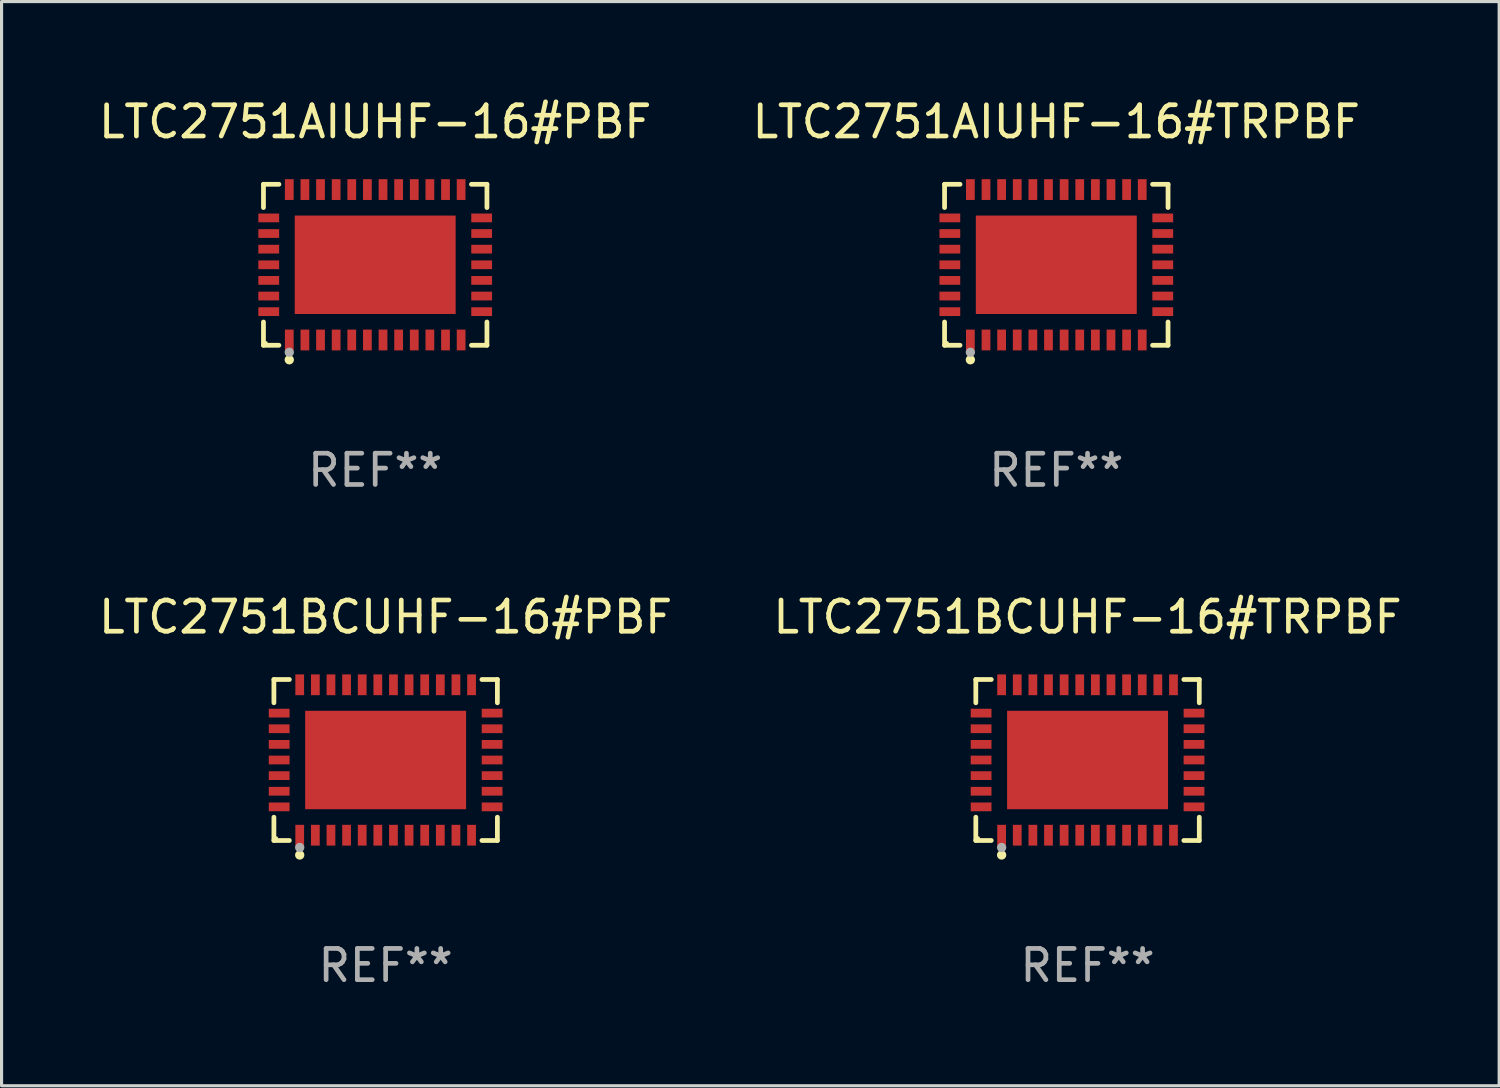
<source format=kicad_pcb>
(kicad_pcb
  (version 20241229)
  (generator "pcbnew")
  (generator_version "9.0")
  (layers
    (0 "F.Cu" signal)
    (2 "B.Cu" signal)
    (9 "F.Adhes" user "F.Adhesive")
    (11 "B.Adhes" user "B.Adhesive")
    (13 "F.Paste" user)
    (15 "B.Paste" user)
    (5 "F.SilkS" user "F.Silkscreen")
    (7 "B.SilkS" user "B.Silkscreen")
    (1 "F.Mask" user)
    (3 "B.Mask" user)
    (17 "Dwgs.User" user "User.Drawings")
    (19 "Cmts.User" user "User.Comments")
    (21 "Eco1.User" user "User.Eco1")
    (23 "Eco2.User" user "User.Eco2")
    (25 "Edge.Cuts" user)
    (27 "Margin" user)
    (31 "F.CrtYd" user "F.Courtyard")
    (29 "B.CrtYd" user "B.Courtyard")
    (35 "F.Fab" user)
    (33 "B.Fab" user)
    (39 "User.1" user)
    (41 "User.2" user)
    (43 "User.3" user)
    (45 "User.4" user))
  (footprint "LTC2751BCUHF-16#PBF"
    (layer "F.Cu")
    (at 9.292 21.273)
    (property "Reference" "LTC2751BCUHF-16#PBF" (at 0 -4.576 0) (layer "F.SilkS") (effects (font (size 1 1) (thickness 0.15))))
    (attr through_hole)
    (fp_line (start -3.576 -2.576) (end -3.081 -2.576) (stroke (width 0.152) (type solid)) (layer "F.SilkS"))
    (fp_line (start -3.576 -1.831) (end -3.576 -2.576) (stroke (width 0.152) (type solid)) (layer "F.SilkS"))
    (fp_line (start -3.576 1.831) (end -3.576 2.576) (stroke (width 0.152) (type solid)) (layer "F.SilkS"))
    (fp_line (start -3.576 2.576) (end -3.081 2.576) (stroke (width 0.152) (type solid)) (layer "F.SilkS"))
    (fp_line (start 3.576 -2.576) (end 3.081 -2.576) (stroke (width 0.152) (type solid)) (layer "F.SilkS"))
    (fp_line (start 3.576 -1.831) (end 3.576 -2.576) (stroke (width 0.152) (type solid)) (layer "F.SilkS"))
    (fp_line (start 3.576 1.831) (end 3.576 2.576) (stroke (width 0.152) (type solid)) (layer "F.SilkS"))
    (fp_line (start 3.576 2.576) (end 3.081 2.576) (stroke (width 0.152) (type solid)) (layer "F.SilkS"))
    (fp_circle (center -3.5 2.5) (end -3.47 2.5) (stroke (width 0.06) (type solid)) (fill no) (layer "F.SilkS"))
    (fp_circle (center -2.75 3.04) (end -2.675 3.04) (stroke (width 0.15) (type solid)) (fill no) (layer "F.SilkS"))
    (fp_circle (center -2.75 2.8) (end -2.675 2.8) (stroke (width 0.15) (type solid)) (fill no) (layer "F.Fab"))
    (fp_text user "REF**" (at 0 6.576 0) (layer "F.Fab") (effects (font (size 1 1) (thickness 0.15))))
    (pad "1" smd rect (at -2.75 2.407) (size 0.28 0.665) (layers "F.Cu" "F.Mask" "F.Paste"))
    (pad "2" smd rect (at -2.25 2.407) (size 0.28 0.665) (layers "F.Cu" "F.Mask" "F.Paste"))
    (pad "3" smd rect (at -1.75 2.407) (size 0.28 0.665) (layers "F.Cu" "F.Mask" "F.Paste"))
    (pad "4" smd rect (at -1.25 2.407) (size 0.28 0.665) (layers "F.Cu" "F.Mask" "F.Paste"))
    (pad "5" smd rect (at -0.75 2.407) (size 0.28 0.665) (layers "F.Cu" "F.Mask" "F.Paste"))
    (pad "6" smd rect (at -0.25 2.407) (size 0.28 0.665) (layers "F.Cu" "F.Mask" "F.Paste"))
    (pad "7" smd rect (at 0.25 2.407) (size 0.28 0.665) (layers "F.Cu" "F.Mask" "F.Paste"))
    (pad "8" smd rect (at 0.75 2.407) (size 0.28 0.665) (layers "F.Cu" "F.Mask" "F.Paste"))
    (pad "9" smd rect (at 1.25 2.407) (size 0.28 0.665) (layers "F.Cu" "F.Mask" "F.Paste"))
    (pad "10" smd rect (at 1.75 2.407) (size 0.28 0.665) (layers "F.Cu" "F.Mask" "F.Paste"))
    (pad "11" smd rect (at 2.25 2.407) (size 0.28 0.665) (layers "F.Cu" "F.Mask" "F.Paste"))
    (pad "12" smd rect (at 2.75 2.407) (size 0.28 0.665) (layers "F.Cu" "F.Mask" "F.Paste"))
    (pad "13" smd rect (at 3.407 1.5) (size 0.665 0.28) (layers "F.Cu" "F.Mask" "F.Paste"))
    (pad "14" smd rect (at 3.407 1) (size 0.665 0.28) (layers "F.Cu" "F.Mask" "F.Paste"))
    (pad "15" smd rect (at 3.407 0.5) (size 0.665 0.28) (layers "F.Cu" "F.Mask" "F.Paste"))
    (pad "16" smd rect (at 3.407 0) (size 0.665 0.28) (layers "F.Cu" "F.Mask" "F.Paste"))
    (pad "17" smd rect (at 3.407 -0.5) (size 0.665 0.28) (layers "F.Cu" "F.Mask" "F.Paste"))
    (pad "18" smd rect (at 3.407 -1) (size 0.665 0.28) (layers "F.Cu" "F.Mask" "F.Paste"))
    (pad "19" smd rect (at 3.407 -1.5) (size 0.665 0.28) (layers "F.Cu" "F.Mask" "F.Paste"))
    (pad "20" smd rect (at 2.75 -2.407) (size 0.28 0.665) (layers "F.Cu" "F.Mask" "F.Paste"))
    (pad "21" smd rect (at 2.25 -2.407) (size 0.28 0.665) (layers "F.Cu" "F.Mask" "F.Paste"))
    (pad "22" smd rect (at 1.75 -2.407) (size 0.28 0.665) (layers "F.Cu" "F.Mask" "F.Paste"))
    (pad "23" smd rect (at 1.25 -2.407) (size 0.28 0.665) (layers "F.Cu" "F.Mask" "F.Paste"))
    (pad "24" smd rect (at 0.75 -2.407) (size 0.28 0.665) (layers "F.Cu" "F.Mask" "F.Paste"))
    (pad "25" smd rect (at 0.25 -2.407) (size 0.28 0.665) (layers "F.Cu" "F.Mask" "F.Paste"))
    (pad "26" smd rect (at -0.25 -2.407) (size 0.28 0.665) (layers "F.Cu" "F.Mask" "F.Paste"))
    (pad "27" smd rect (at -0.75 -2.407) (size 0.28 0.665) (layers "F.Cu" "F.Mask" "F.Paste"))
    (pad "28" smd rect (at -1.25 -2.407) (size 0.28 0.665) (layers "F.Cu" "F.Mask" "F.Paste"))
    (pad "29" smd rect (at -1.75 -2.407) (size 0.28 0.665) (layers "F.Cu" "F.Mask" "F.Paste"))
    (pad "30" smd rect (at -2.25 -2.407) (size 0.28 0.665) (layers "F.Cu" "F.Mask" "F.Paste"))
    (pad "31" smd rect (at -2.75 -2.407) (size 0.28 0.665) (layers "F.Cu" "F.Mask" "F.Paste"))
    (pad "32" smd rect (at -3.407 -1.5) (size 0.665 0.28) (layers "F.Cu" "F.Mask" "F.Paste"))
    (pad "33" smd rect (at -3.407 -1) (size 0.665 0.28) (layers "F.Cu" "F.Mask" "F.Paste"))
    (pad "34" smd rect (at -3.407 -0.5) (size 0.665 0.28) (layers "F.Cu" "F.Mask" "F.Paste"))
    (pad "35" smd rect (at -3.407 0) (size 0.665 0.28) (layers "F.Cu" "F.Mask" "F.Paste"))
    (pad "36" smd rect (at -3.407 0.5) (size 0.665 0.28) (layers "F.Cu" "F.Mask" "F.Paste"))
    (pad "37" smd rect (at -3.407 1) (size 0.665 0.28) (layers "F.Cu" "F.Mask" "F.Paste"))
    (pad "38" smd rect (at -3.407 1.5) (size 0.665 0.28) (layers "F.Cu" "F.Mask" "F.Paste"))
    (pad "39" smd rect (at 0 0) (size 5.15 3.15) (layers "F.Cu" "F.Mask" "F.Paste")))
  (footprint "LTC2751BCUHF-16#TRPBF"
    (layer "F.Cu")
    (at 31.756 21.273)
    (property "Reference" "LTC2751BCUHF-16#TRPBF" (at 0 -4.576 0) (layer "F.SilkS") (effects (font (size 1 1) (thickness 0.15))))
    (attr through_hole)
    (fp_line (start -3.576 -2.576) (end -3.081 -2.576) (stroke (width 0.152) (type solid)) (layer "F.SilkS"))
    (fp_line (start -3.576 -1.831) (end -3.576 -2.576) (stroke (width 0.152) (type solid)) (layer "F.SilkS"))
    (fp_line (start -3.576 1.831) (end -3.576 2.576) (stroke (width 0.152) (type solid)) (layer "F.SilkS"))
    (fp_line (start -3.576 2.576) (end -3.081 2.576) (stroke (width 0.152) (type solid)) (layer "F.SilkS"))
    (fp_line (start 3.576 -2.576) (end 3.081 -2.576) (stroke (width 0.152) (type solid)) (layer "F.SilkS"))
    (fp_line (start 3.576 -1.831) (end 3.576 -2.576) (stroke (width 0.152) (type solid)) (layer "F.SilkS"))
    (fp_line (start 3.576 1.831) (end 3.576 2.576) (stroke (width 0.152) (type solid)) (layer "F.SilkS"))
    (fp_line (start 3.576 2.576) (end 3.081 2.576) (stroke (width 0.152) (type solid)) (layer "F.SilkS"))
    (fp_circle (center -3.5 2.5) (end -3.47 2.5) (stroke (width 0.06) (type solid)) (fill no) (layer "F.SilkS"))
    (fp_circle (center -2.75 3.04) (end -2.675 3.04) (stroke (width 0.15) (type solid)) (fill no) (layer "F.SilkS"))
    (fp_circle (center -2.75 2.8) (end -2.675 2.8) (stroke (width 0.15) (type solid)) (fill no) (layer "F.Fab"))
    (fp_text user "REF**" (at 0 6.576 0) (layer "F.Fab") (effects (font (size 1 1) (thickness 0.15))))
    (pad "1" smd rect (at -2.75 2.407) (size 0.28 0.665) (layers "F.Cu" "F.Mask" "F.Paste"))
    (pad "2" smd rect (at -2.25 2.407) (size 0.28 0.665) (layers "F.Cu" "F.Mask" "F.Paste"))
    (pad "3" smd rect (at -1.75 2.407) (size 0.28 0.665) (layers "F.Cu" "F.Mask" "F.Paste"))
    (pad "4" smd rect (at -1.25 2.407) (size 0.28 0.665) (layers "F.Cu" "F.Mask" "F.Paste"))
    (pad "5" smd rect (at -0.75 2.407) (size 0.28 0.665) (layers "F.Cu" "F.Mask" "F.Paste"))
    (pad "6" smd rect (at -0.25 2.407) (size 0.28 0.665) (layers "F.Cu" "F.Mask" "F.Paste"))
    (pad "7" smd rect (at 0.25 2.407) (size 0.28 0.665) (layers "F.Cu" "F.Mask" "F.Paste"))
    (pad "8" smd rect (at 0.75 2.407) (size 0.28 0.665) (layers "F.Cu" "F.Mask" "F.Paste"))
    (pad "9" smd rect (at 1.25 2.407) (size 0.28 0.665) (layers "F.Cu" "F.Mask" "F.Paste"))
    (pad "10" smd rect (at 1.75 2.407) (size 0.28 0.665) (layers "F.Cu" "F.Mask" "F.Paste"))
    (pad "11" smd rect (at 2.25 2.407) (size 0.28 0.665) (layers "F.Cu" "F.Mask" "F.Paste"))
    (pad "12" smd rect (at 2.75 2.407) (size 0.28 0.665) (layers "F.Cu" "F.Mask" "F.Paste"))
    (pad "13" smd rect (at 3.407 1.5) (size 0.665 0.28) (layers "F.Cu" "F.Mask" "F.Paste"))
    (pad "14" smd rect (at 3.407 1) (size 0.665 0.28) (layers "F.Cu" "F.Mask" "F.Paste"))
    (pad "15" smd rect (at 3.407 0.5) (size 0.665 0.28) (layers "F.Cu" "F.Mask" "F.Paste"))
    (pad "16" smd rect (at 3.407 0) (size 0.665 0.28) (layers "F.Cu" "F.Mask" "F.Paste"))
    (pad "17" smd rect (at 3.407 -0.5) (size 0.665 0.28) (layers "F.Cu" "F.Mask" "F.Paste"))
    (pad "18" smd rect (at 3.407 -1) (size 0.665 0.28) (layers "F.Cu" "F.Mask" "F.Paste"))
    (pad "19" smd rect (at 3.407 -1.5) (size 0.665 0.28) (layers "F.Cu" "F.Mask" "F.Paste"))
    (pad "20" smd rect (at 2.75 -2.407) (size 0.28 0.665) (layers "F.Cu" "F.Mask" "F.Paste"))
    (pad "21" smd rect (at 2.25 -2.407) (size 0.28 0.665) (layers "F.Cu" "F.Mask" "F.Paste"))
    (pad "22" smd rect (at 1.75 -2.407) (size 0.28 0.665) (layers "F.Cu" "F.Mask" "F.Paste"))
    (pad "23" smd rect (at 1.25 -2.407) (size 0.28 0.665) (layers "F.Cu" "F.Mask" "F.Paste"))
    (pad "24" smd rect (at 0.75 -2.407) (size 0.28 0.665) (layers "F.Cu" "F.Mask" "F.Paste"))
    (pad "25" smd rect (at 0.25 -2.407) (size 0.28 0.665) (layers "F.Cu" "F.Mask" "F.Paste"))
    (pad "26" smd rect (at -0.25 -2.407) (size 0.28 0.665) (layers "F.Cu" "F.Mask" "F.Paste"))
    (pad "27" smd rect (at -0.75 -2.407) (size 0.28 0.665) (layers "F.Cu" "F.Mask" "F.Paste"))
    (pad "28" smd rect (at -1.25 -2.407) (size 0.28 0.665) (layers "F.Cu" "F.Mask" "F.Paste"))
    (pad "29" smd rect (at -1.75 -2.407) (size 0.28 0.665) (layers "F.Cu" "F.Mask" "F.Paste"))
    (pad "30" smd rect (at -2.25 -2.407) (size 0.28 0.665) (layers "F.Cu" "F.Mask" "F.Paste"))
    (pad "31" smd rect (at -2.75 -2.407) (size 0.28 0.665) (layers "F.Cu" "F.Mask" "F.Paste"))
    (pad "32" smd rect (at -3.407 -1.5) (size 0.665 0.28) (layers "F.Cu" "F.Mask" "F.Paste"))
    (pad "33" smd rect (at -3.407 -1) (size 0.665 0.28) (layers "F.Cu" "F.Mask" "F.Paste"))
    (pad "34" smd rect (at -3.407 -0.5) (size 0.665 0.28) (layers "F.Cu" "F.Mask" "F.Paste"))
    (pad "35" smd rect (at -3.407 0) (size 0.665 0.28) (layers "F.Cu" "F.Mask" "F.Paste"))
    (pad "36" smd rect (at -3.407 0.5) (size 0.665 0.28) (layers "F.Cu" "F.Mask" "F.Paste"))
    (pad "37" smd rect (at -3.407 1) (size 0.665 0.28) (layers "F.Cu" "F.Mask" "F.Paste"))
    (pad "38" smd rect (at -3.407 1.5) (size 0.665 0.28) (layers "F.Cu" "F.Mask" "F.Paste"))
    (pad "39" smd rect (at 0 0) (size 5.15 3.15) (layers "F.Cu" "F.Mask" "F.Paste")))
  (footprint "LTC2751AIUHF-16#TRPBF"
    (layer "F.Cu")
    (at 30.756 5.424)
    (property "Reference" "LTC2751AIUHF-16#TRPBF" (at 0 -4.576 0) (layer "F.SilkS") (effects (font (size 1 1) (thickness 0.15))))
    (attr through_hole)
    (fp_line (start -3.576 -2.576) (end -3.081 -2.576) (stroke (width 0.152) (type solid)) (layer "F.SilkS"))
    (fp_line (start -3.576 -1.831) (end -3.576 -2.576) (stroke (width 0.152) (type solid)) (layer "F.SilkS"))
    (fp_line (start -3.576 1.831) (end -3.576 2.576) (stroke (width 0.152) (type solid)) (layer "F.SilkS"))
    (fp_line (start -3.576 2.576) (end -3.081 2.576) (stroke (width 0.152) (type solid)) (layer "F.SilkS"))
    (fp_line (start 3.576 -2.576) (end 3.081 -2.576) (stroke (width 0.152) (type solid)) (layer "F.SilkS"))
    (fp_line (start 3.576 -1.831) (end 3.576 -2.576) (stroke (width 0.152) (type solid)) (layer "F.SilkS"))
    (fp_line (start 3.576 1.831) (end 3.576 2.576) (stroke (width 0.152) (type solid)) (layer "F.SilkS"))
    (fp_line (start 3.576 2.576) (end 3.081 2.576) (stroke (width 0.152) (type solid)) (layer "F.SilkS"))
    (fp_circle (center -3.5 2.5) (end -3.47 2.5) (stroke (width 0.06) (type solid)) (fill no) (layer "F.SilkS"))
    (fp_circle (center -2.75 3.04) (end -2.675 3.04) (stroke (width 0.15) (type solid)) (fill no) (layer "F.SilkS"))
    (fp_circle (center -2.75 2.8) (end -2.675 2.8) (stroke (width 0.15) (type solid)) (fill no) (layer "F.Fab"))
    (fp_text user "REF**" (at 0 6.576 0) (layer "F.Fab") (effects (font (size 1 1) (thickness 0.15))))
    (pad "1" smd rect (at -2.75 2.407) (size 0.28 0.665) (layers "F.Cu" "F.Mask" "F.Paste"))
    (pad "2" smd rect (at -2.25 2.407) (size 0.28 0.665) (layers "F.Cu" "F.Mask" "F.Paste"))
    (pad "3" smd rect (at -1.75 2.407) (size 0.28 0.665) (layers "F.Cu" "F.Mask" "F.Paste"))
    (pad "4" smd rect (at -1.25 2.407) (size 0.28 0.665) (layers "F.Cu" "F.Mask" "F.Paste"))
    (pad "5" smd rect (at -0.75 2.407) (size 0.28 0.665) (layers "F.Cu" "F.Mask" "F.Paste"))
    (pad "6" smd rect (at -0.25 2.407) (size 0.28 0.665) (layers "F.Cu" "F.Mask" "F.Paste"))
    (pad "7" smd rect (at 0.25 2.407) (size 0.28 0.665) (layers "F.Cu" "F.Mask" "F.Paste"))
    (pad "8" smd rect (at 0.75 2.407) (size 0.28 0.665) (layers "F.Cu" "F.Mask" "F.Paste"))
    (pad "9" smd rect (at 1.25 2.407) (size 0.28 0.665) (layers "F.Cu" "F.Mask" "F.Paste"))
    (pad "10" smd rect (at 1.75 2.407) (size 0.28 0.665) (layers "F.Cu" "F.Mask" "F.Paste"))
    (pad "11" smd rect (at 2.25 2.407) (size 0.28 0.665) (layers "F.Cu" "F.Mask" "F.Paste"))
    (pad "12" smd rect (at 2.75 2.407) (size 0.28 0.665) (layers "F.Cu" "F.Mask" "F.Paste"))
    (pad "13" smd rect (at 3.407 1.5) (size 0.665 0.28) (layers "F.Cu" "F.Mask" "F.Paste"))
    (pad "14" smd rect (at 3.407 1) (size 0.665 0.28) (layers "F.Cu" "F.Mask" "F.Paste"))
    (pad "15" smd rect (at 3.407 0.5) (size 0.665 0.28) (layers "F.Cu" "F.Mask" "F.Paste"))
    (pad "16" smd rect (at 3.407 0) (size 0.665 0.28) (layers "F.Cu" "F.Mask" "F.Paste"))
    (pad "17" smd rect (at 3.407 -0.5) (size 0.665 0.28) (layers "F.Cu" "F.Mask" "F.Paste"))
    (pad "18" smd rect (at 3.407 -1) (size 0.665 0.28) (layers "F.Cu" "F.Mask" "F.Paste"))
    (pad "19" smd rect (at 3.407 -1.5) (size 0.665 0.28) (layers "F.Cu" "F.Mask" "F.Paste"))
    (pad "20" smd rect (at 2.75 -2.407) (size 0.28 0.665) (layers "F.Cu" "F.Mask" "F.Paste"))
    (pad "21" smd rect (at 2.25 -2.407) (size 0.28 0.665) (layers "F.Cu" "F.Mask" "F.Paste"))
    (pad "22" smd rect (at 1.75 -2.407) (size 0.28 0.665) (layers "F.Cu" "F.Mask" "F.Paste"))
    (pad "23" smd rect (at 1.25 -2.407) (size 0.28 0.665) (layers "F.Cu" "F.Mask" "F.Paste"))
    (pad "24" smd rect (at 0.75 -2.407) (size 0.28 0.665) (layers "F.Cu" "F.Mask" "F.Paste"))
    (pad "25" smd rect (at 0.25 -2.407) (size 0.28 0.665) (layers "F.Cu" "F.Mask" "F.Paste"))
    (pad "26" smd rect (at -0.25 -2.407) (size 0.28 0.665) (layers "F.Cu" "F.Mask" "F.Paste"))
    (pad "27" smd rect (at -0.75 -2.407) (size 0.28 0.665) (layers "F.Cu" "F.Mask" "F.Paste"))
    (pad "28" smd rect (at -1.25 -2.407) (size 0.28 0.665) (layers "F.Cu" "F.Mask" "F.Paste"))
    (pad "29" smd rect (at -1.75 -2.407) (size 0.28 0.665) (layers "F.Cu" "F.Mask" "F.Paste"))
    (pad "30" smd rect (at -2.25 -2.407) (size 0.28 0.665) (layers "F.Cu" "F.Mask" "F.Paste"))
    (pad "31" smd rect (at -2.75 -2.407) (size 0.28 0.665) (layers "F.Cu" "F.Mask" "F.Paste"))
    (pad "32" smd rect (at -3.407 -1.5) (size 0.665 0.28) (layers "F.Cu" "F.Mask" "F.Paste"))
    (pad "33" smd rect (at -3.407 -1) (size 0.665 0.28) (layers "F.Cu" "F.Mask" "F.Paste"))
    (pad "34" smd rect (at -3.407 -0.5) (size 0.665 0.28) (layers "F.Cu" "F.Mask" "F.Paste"))
    (pad "35" smd rect (at -3.407 0) (size 0.665 0.28) (layers "F.Cu" "F.Mask" "F.Paste"))
    (pad "36" smd rect (at -3.407 0.5) (size 0.665 0.28) (layers "F.Cu" "F.Mask" "F.Paste"))
    (pad "37" smd rect (at -3.407 1) (size 0.665 0.28) (layers "F.Cu" "F.Mask" "F.Paste"))
    (pad "38" smd rect (at -3.407 1.5) (size 0.665 0.28) (layers "F.Cu" "F.Mask" "F.Paste"))
    (pad "39" smd rect (at 0 0) (size 5.15 3.15) (layers "F.Cu" "F.Mask" "F.Paste")))
  (footprint "LTC2751AIUHF-16#PBF"
    (layer "F.Cu")
    (at 8.958 5.424)
    (property "Reference" "LTC2751AIUHF-16#PBF" (at 0 -4.576 0) (layer "F.SilkS") (effects (font (size 1 1) (thickness 0.15))))
    (attr through_hole)
    (fp_line (start -3.576 -2.576) (end -3.081 -2.576) (stroke (width 0.152) (type solid)) (layer "F.SilkS"))
    (fp_line (start -3.576 -1.831) (end -3.576 -2.576) (stroke (width 0.152) (type solid)) (layer "F.SilkS"))
    (fp_line (start -3.576 1.831) (end -3.576 2.576) (stroke (width 0.152) (type solid)) (layer "F.SilkS"))
    (fp_line (start -3.576 2.576) (end -3.081 2.576) (stroke (width 0.152) (type solid)) (layer "F.SilkS"))
    (fp_line (start 3.576 -2.576) (end 3.081 -2.576) (stroke (width 0.152) (type solid)) (layer "F.SilkS"))
    (fp_line (start 3.576 -1.831) (end 3.576 -2.576) (stroke (width 0.152) (type solid)) (layer "F.SilkS"))
    (fp_line (start 3.576 1.831) (end 3.576 2.576) (stroke (width 0.152) (type solid)) (layer "F.SilkS"))
    (fp_line (start 3.576 2.576) (end 3.081 2.576) (stroke (width 0.152) (type solid)) (layer "F.SilkS"))
    (fp_circle (center -3.5 2.5) (end -3.47 2.5) (stroke (width 0.06) (type solid)) (fill no) (layer "F.SilkS"))
    (fp_circle (center -2.75 3.04) (end -2.675 3.04) (stroke (width 0.15) (type solid)) (fill no) (layer "F.SilkS"))
    (fp_circle (center -2.75 2.8) (end -2.675 2.8) (stroke (width 0.15) (type solid)) (fill no) (layer "F.Fab"))
    (fp_text user "REF**" (at 0 6.576 0) (layer "F.Fab") (effects (font (size 1 1) (thickness 0.15))))
    (pad "1" smd rect (at -2.75 2.407) (size 0.28 0.665) (layers "F.Cu" "F.Mask" "F.Paste"))
    (pad "2" smd rect (at -2.25 2.407) (size 0.28 0.665) (layers "F.Cu" "F.Mask" "F.Paste"))
    (pad "3" smd rect (at -1.75 2.407) (size 0.28 0.665) (layers "F.Cu" "F.Mask" "F.Paste"))
    (pad "4" smd rect (at -1.25 2.407) (size 0.28 0.665) (layers "F.Cu" "F.Mask" "F.Paste"))
    (pad "5" smd rect (at -0.75 2.407) (size 0.28 0.665) (layers "F.Cu" "F.Mask" "F.Paste"))
    (pad "6" smd rect (at -0.25 2.407) (size 0.28 0.665) (layers "F.Cu" "F.Mask" "F.Paste"))
    (pad "7" smd rect (at 0.25 2.407) (size 0.28 0.665) (layers "F.Cu" "F.Mask" "F.Paste"))
    (pad "8" smd rect (at 0.75 2.407) (size 0.28 0.665) (layers "F.Cu" "F.Mask" "F.Paste"))
    (pad "9" smd rect (at 1.25 2.407) (size 0.28 0.665) (layers "F.Cu" "F.Mask" "F.Paste"))
    (pad "10" smd rect (at 1.75 2.407) (size 0.28 0.665) (layers "F.Cu" "F.Mask" "F.Paste"))
    (pad "11" smd rect (at 2.25 2.407) (size 0.28 0.665) (layers "F.Cu" "F.Mask" "F.Paste"))
    (pad "12" smd rect (at 2.75 2.407) (size 0.28 0.665) (layers "F.Cu" "F.Mask" "F.Paste"))
    (pad "13" smd rect (at 3.407 1.5) (size 0.665 0.28) (layers "F.Cu" "F.Mask" "F.Paste"))
    (pad "14" smd rect (at 3.407 1) (size 0.665 0.28) (layers "F.Cu" "F.Mask" "F.Paste"))
    (pad "15" smd rect (at 3.407 0.5) (size 0.665 0.28) (layers "F.Cu" "F.Mask" "F.Paste"))
    (pad "16" smd rect (at 3.407 0) (size 0.665 0.28) (layers "F.Cu" "F.Mask" "F.Paste"))
    (pad "17" smd rect (at 3.407 -0.5) (size 0.665 0.28) (layers "F.Cu" "F.Mask" "F.Paste"))
    (pad "18" smd rect (at 3.407 -1) (size 0.665 0.28) (layers "F.Cu" "F.Mask" "F.Paste"))
    (pad "19" smd rect (at 3.407 -1.5) (size 0.665 0.28) (layers "F.Cu" "F.Mask" "F.Paste"))
    (pad "20" smd rect (at 2.75 -2.407) (size 0.28 0.665) (layers "F.Cu" "F.Mask" "F.Paste"))
    (pad "21" smd rect (at 2.25 -2.407) (size 0.28 0.665) (layers "F.Cu" "F.Mask" "F.Paste"))
    (pad "22" smd rect (at 1.75 -2.407) (size 0.28 0.665) (layers "F.Cu" "F.Mask" "F.Paste"))
    (pad "23" smd rect (at 1.25 -2.407) (size 0.28 0.665) (layers "F.Cu" "F.Mask" "F.Paste"))
    (pad "24" smd rect (at 0.75 -2.407) (size 0.28 0.665) (layers "F.Cu" "F.Mask" "F.Paste"))
    (pad "25" smd rect (at 0.25 -2.407) (size 0.28 0.665) (layers "F.Cu" "F.Mask" "F.Paste"))
    (pad "26" smd rect (at -0.25 -2.407) (size 0.28 0.665) (layers "F.Cu" "F.Mask" "F.Paste"))
    (pad "27" smd rect (at -0.75 -2.407) (size 0.28 0.665) (layers "F.Cu" "F.Mask" "F.Paste"))
    (pad "28" smd rect (at -1.25 -2.407) (size 0.28 0.665) (layers "F.Cu" "F.Mask" "F.Paste"))
    (pad "29" smd rect (at -1.75 -2.407) (size 0.28 0.665) (layers "F.Cu" "F.Mask" "F.Paste"))
    (pad "30" smd rect (at -2.25 -2.407) (size 0.28 0.665) (layers "F.Cu" "F.Mask" "F.Paste"))
    (pad "31" smd rect (at -2.75 -2.407) (size 0.28 0.665) (layers "F.Cu" "F.Mask" "F.Paste"))
    (pad "32" smd rect (at -3.407 -1.5) (size 0.665 0.28) (layers "F.Cu" "F.Mask" "F.Paste"))
    (pad "33" smd rect (at -3.407 -1) (size 0.665 0.28) (layers "F.Cu" "F.Mask" "F.Paste"))
    (pad "34" smd rect (at -3.407 -0.5) (size 0.665 0.28) (layers "F.Cu" "F.Mask" "F.Paste"))
    (pad "35" smd rect (at -3.407 0) (size 0.665 0.28) (layers "F.Cu" "F.Mask" "F.Paste"))
    (pad "36" smd rect (at -3.407 0.5) (size 0.665 0.28) (layers "F.Cu" "F.Mask" "F.Paste"))
    (pad "37" smd rect (at -3.407 1) (size 0.665 0.28) (layers "F.Cu" "F.Mask" "F.Paste"))
    (pad "38" smd rect (at -3.407 1.5) (size 0.665 0.28) (layers "F.Cu" "F.Mask" "F.Paste"))
    (pad "39" smd rect (at 0 0) (size 5.15 3.15) (layers "F.Cu" "F.Mask" "F.Paste")))
  (gr_rect
    (start -3 -3)
    (end 44.929 31.698)
    (stroke (width 0.1) (type default))
    (fill no)
    (layer "Edge.Cuts")))
</source>
